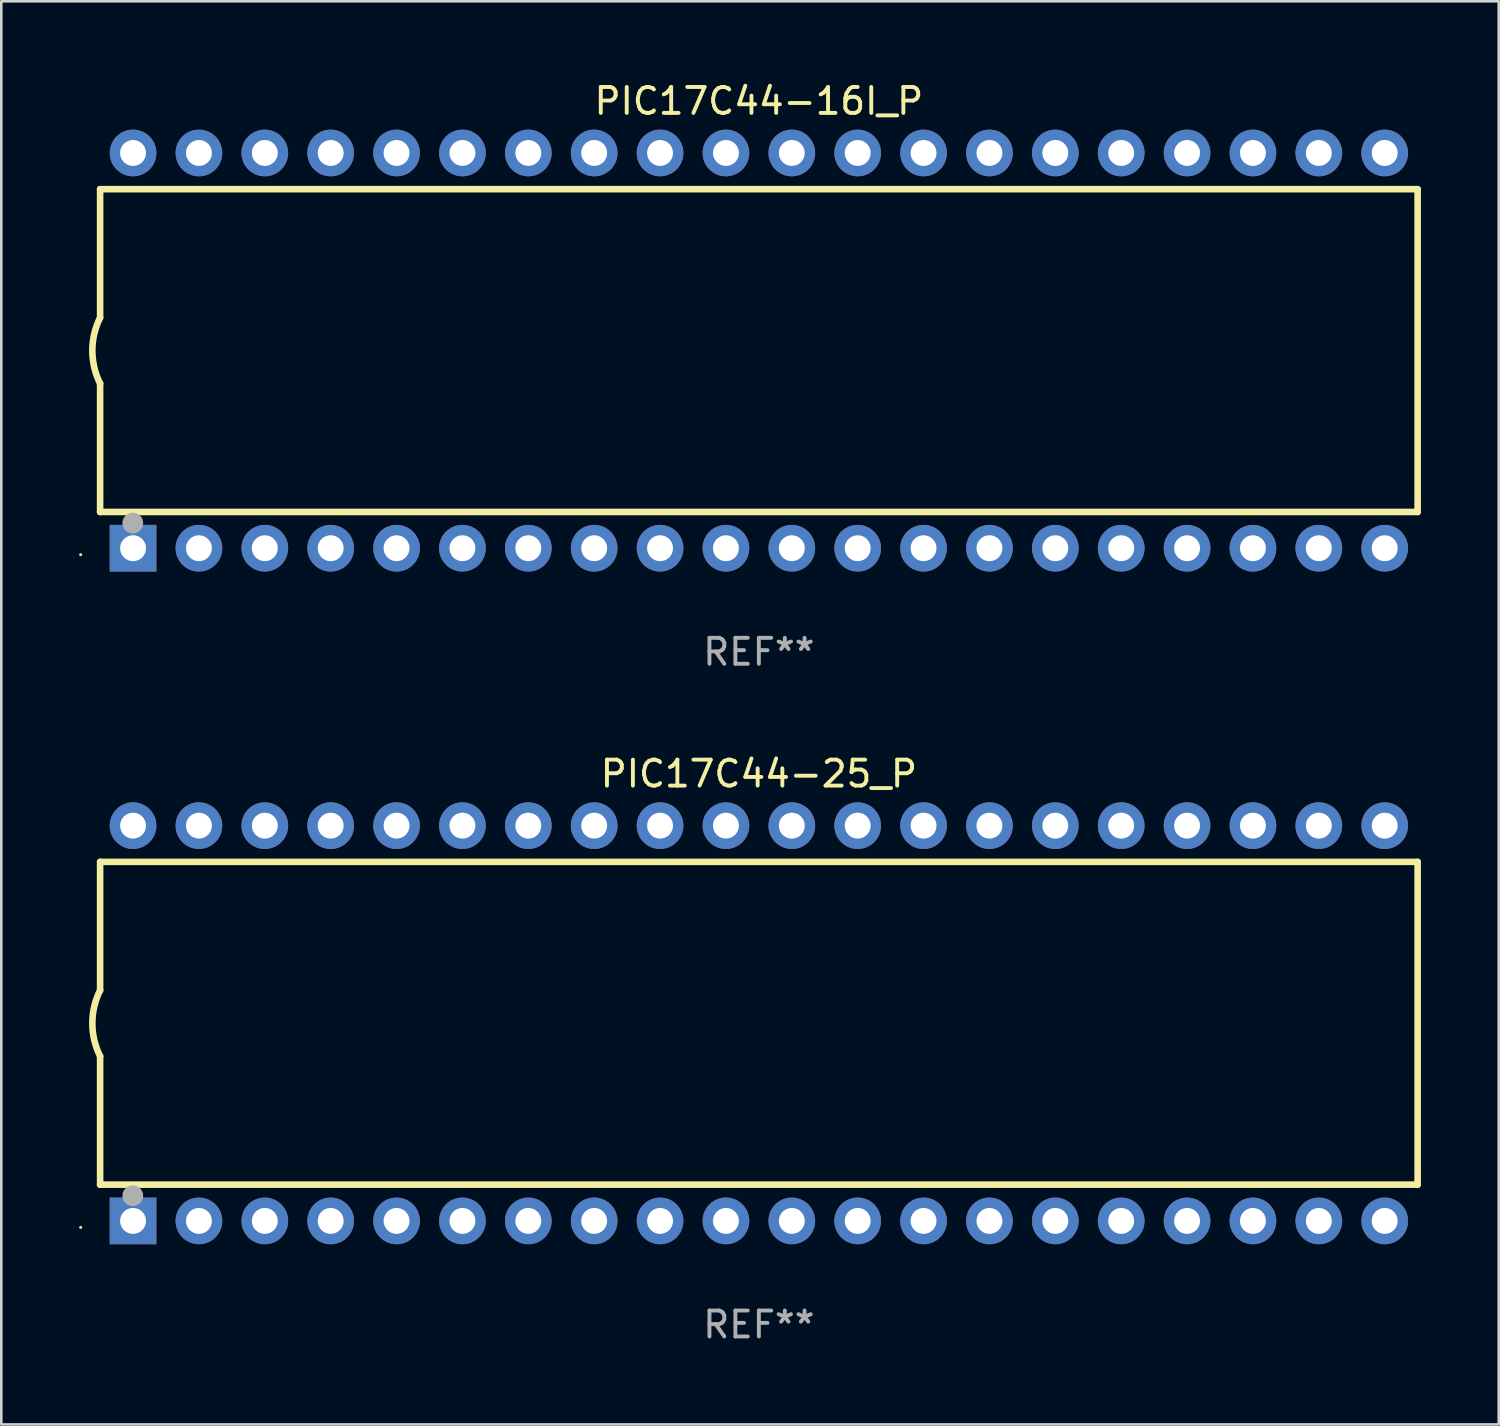
<source format=kicad_pcb>
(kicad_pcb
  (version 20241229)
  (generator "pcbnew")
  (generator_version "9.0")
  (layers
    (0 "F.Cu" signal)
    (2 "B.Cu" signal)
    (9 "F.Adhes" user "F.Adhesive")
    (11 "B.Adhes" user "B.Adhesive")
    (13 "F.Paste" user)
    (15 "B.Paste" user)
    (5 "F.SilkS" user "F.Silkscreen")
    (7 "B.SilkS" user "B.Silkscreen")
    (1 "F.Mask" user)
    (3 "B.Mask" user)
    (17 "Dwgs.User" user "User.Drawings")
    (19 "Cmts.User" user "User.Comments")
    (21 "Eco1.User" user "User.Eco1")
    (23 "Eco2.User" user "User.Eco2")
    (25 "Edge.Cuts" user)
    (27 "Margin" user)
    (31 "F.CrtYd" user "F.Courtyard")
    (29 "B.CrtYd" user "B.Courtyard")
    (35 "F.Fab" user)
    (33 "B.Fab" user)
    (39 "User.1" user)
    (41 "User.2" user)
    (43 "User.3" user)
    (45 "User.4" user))
  (footprint "PIC17C44-16I_P"
    (layer "F.Cu")
    (at 26.21 10.468)
    (property "Reference" "PIC17C44-16I_P" (at 0 -9.62 0) (layer "F.SilkS") (effects (font (size 1 1) (thickness 0.15))))
    (attr through_hole)
    (fp_line (start -25.4 -6.224) (end -25.4 -1.271) (stroke (width 0.254) (type solid)) (layer "F.SilkS"))
    (fp_line (start -25.4 -6.224) (end 25.4 -6.224) (stroke (width 0.254) (type solid)) (layer "F.SilkS"))
    (fp_line (start -25.4 1.269) (end -25.4 6.222) (stroke (width 0.254) (type solid)) (layer "F.SilkS"))
    (fp_line (start -25.4 6.222) (end 25.4 6.222) (stroke (width 0.254) (type solid)) (layer "F.SilkS"))
    (fp_line (start 25.4 6.222) (end 25.4 -6.224) (stroke (width 0.254) (type solid)) (layer "F.SilkS"))
    (fp_arc (start -25.4 1.269241) (mid -25.699807 -0.000762) (end -25.4 -1.270765) (stroke (width 0.254001) (type solid)) (layer "F.SilkS"))
    (fp_circle (center -26.15 7.87) (end -26.12 7.87) (stroke (width 0.06) (type solid)) (fill no) (layer "F.SilkS"))
    (fp_circle (center -24.14 6.65) (end -23.94 6.65) (stroke (width 0.4) (type solid)) (fill no) (layer "F.Fab"))
    (fp_text user "REF**" (at 0 11.62 0) (layer "F.Fab") (effects (font (size 1 1) (thickness 0.15))))
    (pad "1" thru_hole rect (at -24.13 7.62 90) (size 1.8 1.8) (drill 1) (layers "*.Cu" "*.Mask"))
    (pad "2" thru_hole circle (at -21.59 7.62) (size 1.8 1.8) (drill 1) (layers "*.Cu" "*.Mask"))
    (pad "3" thru_hole circle (at -19.05 7.62) (size 1.8 1.8) (drill 1) (layers "*.Cu" "*.Mask"))
    (pad "4" thru_hole circle (at -16.51 7.62) (size 1.8 1.8) (drill 1) (layers "*.Cu" "*.Mask"))
    (pad "5" thru_hole circle (at -13.97 7.62) (size 1.8 1.8) (drill 1) (layers "*.Cu" "*.Mask"))
    (pad "6" thru_hole circle (at -11.43 7.62) (size 1.8 1.8) (drill 1) (layers "*.Cu" "*.Mask"))
    (pad "7" thru_hole circle (at -8.89 7.62) (size 1.8 1.8) (drill 1) (layers "*.Cu" "*.Mask"))
    (pad "8" thru_hole circle (at -6.35 7.62) (size 1.8 1.8) (drill 1) (layers "*.Cu" "*.Mask"))
    (pad "9" thru_hole circle (at -3.81 7.62) (size 1.8 1.8) (drill 1) (layers "*.Cu" "*.Mask"))
    (pad "10" thru_hole circle (at -1.27 7.62) (size 1.8 1.8) (drill 1) (layers "*.Cu" "*.Mask"))
    (pad "11" thru_hole circle (at 1.27 7.62) (size 1.8 1.8) (drill 1) (layers "*.Cu" "*.Mask"))
    (pad "12" thru_hole circle (at 3.81 7.62) (size 1.8 1.8) (drill 1) (layers "*.Cu" "*.Mask"))
    (pad "13" thru_hole circle (at 6.35 7.62) (size 1.8 1.8) (drill 1) (layers "*.Cu" "*.Mask"))
    (pad "14" thru_hole circle (at 8.89 7.62) (size 1.8 1.8) (drill 1) (layers "*.Cu" "*.Mask"))
    (pad "15" thru_hole circle (at 11.43 7.62) (size 1.8 1.8) (drill 1) (layers "*.Cu" "*.Mask"))
    (pad "16" thru_hole circle (at 13.97 7.62) (size 1.8 1.8) (drill 1) (layers "*.Cu" "*.Mask"))
    (pad "17" thru_hole circle (at 16.51 7.62) (size 1.8 1.8) (drill 1) (layers "*.Cu" "*.Mask"))
    (pad "18" thru_hole circle (at 19.05 7.62) (size 1.8 1.8) (drill 1) (layers "*.Cu" "*.Mask"))
    (pad "19" thru_hole circle (at 21.59 7.62) (size 1.8 1.8) (drill 1) (layers "*.Cu" "*.Mask"))
    (pad "20" thru_hole circle (at 24.13 7.62) (size 1.8 1.8) (drill 1) (layers "*.Cu" "*.Mask"))
    (pad "21" thru_hole circle (at 24.13 -7.62) (size 1.8 1.8) (drill 1) (layers "*.Cu" "*.Mask"))
    (pad "22" thru_hole circle (at 21.59 -7.62) (size 1.8 1.8) (drill 1) (layers "*.Cu" "*.Mask"))
    (pad "23" thru_hole circle (at 19.05 -7.62) (size 1.8 1.8) (drill 1) (layers "*.Cu" "*.Mask"))
    (pad "24" thru_hole circle (at 16.51 -7.62) (size 1.8 1.8) (drill 1) (layers "*.Cu" "*.Mask"))
    (pad "25" thru_hole circle (at 13.97 -7.62) (size 1.8 1.8) (drill 1) (layers "*.Cu" "*.Mask"))
    (pad "26" thru_hole circle (at 11.43 -7.62) (size 1.8 1.8) (drill 1) (layers "*.Cu" "*.Mask"))
    (pad "27" thru_hole circle (at 8.89 -7.62) (size 1.8 1.8) (drill 1) (layers "*.Cu" "*.Mask"))
    (pad "28" thru_hole circle (at 6.35 -7.62) (size 1.8 1.8) (drill 1) (layers "*.Cu" "*.Mask"))
    (pad "29" thru_hole circle (at 3.81 -7.62) (size 1.8 1.8) (drill 1) (layers "*.Cu" "*.Mask"))
    (pad "30" thru_hole circle (at 1.27 -7.62) (size 1.8 1.8) (drill 1) (layers "*.Cu" "*.Mask"))
    (pad "31" thru_hole circle (at -1.27 -7.62) (size 1.8 1.8) (drill 1) (layers "*.Cu" "*.Mask"))
    (pad "32" thru_hole circle (at -3.81 -7.62) (size 1.8 1.8) (drill 1) (layers "*.Cu" "*.Mask"))
    (pad "33" thru_hole circle (at -6.35 -7.62) (size 1.8 1.8) (drill 1) (layers "*.Cu" "*.Mask"))
    (pad "34" thru_hole circle (at -8.89 -7.62) (size 1.8 1.8) (drill 1) (layers "*.Cu" "*.Mask"))
    (pad "35" thru_hole circle (at -11.43 -7.62) (size 1.8 1.8) (drill 1) (layers "*.Cu" "*.Mask"))
    (pad "36" thru_hole circle (at -13.97 -7.62) (size 1.8 1.8) (drill 1) (layers "*.Cu" "*.Mask"))
    (pad "37" thru_hole circle (at -16.51 -7.62) (size 1.8 1.8) (drill 1) (layers "*.Cu" "*.Mask"))
    (pad "38" thru_hole circle (at -19.05 -7.62) (size 1.8 1.8) (drill 1) (layers "*.Cu" "*.Mask"))
    (pad "39" thru_hole circle (at -21.59 -7.62) (size 1.8 1.8) (drill 1) (layers "*.Cu" "*.Mask"))
    (pad "40" thru_hole circle (at -24.13 -7.62) (size 1.8 1.8) (drill 1) (layers "*.Cu" "*.Mask")))
  (footprint "PIC17C44-25_P"
    (layer "F.Cu")
    (at 26.21 36.405)
    (property "Reference" "PIC17C44-25_P" (at 0 -9.62 0) (layer "F.SilkS") (effects (font (size 1 1) (thickness 0.15))))
    (attr through_hole)
    (fp_line (start -25.4 -6.224) (end -25.4 -1.271) (stroke (width 0.254) (type solid)) (layer "F.SilkS"))
    (fp_line (start -25.4 -6.224) (end 25.4 -6.224) (stroke (width 0.254) (type solid)) (layer "F.SilkS"))
    (fp_line (start -25.4 1.269) (end -25.4 6.222) (stroke (width 0.254) (type solid)) (layer "F.SilkS"))
    (fp_line (start -25.4 6.222) (end 25.4 6.222) (stroke (width 0.254) (type solid)) (layer "F.SilkS"))
    (fp_line (start 25.4 6.222) (end 25.4 -6.224) (stroke (width 0.254) (type solid)) (layer "F.SilkS"))
    (fp_arc (start -25.4 1.269241) (mid -25.699807 -0.000762) (end -25.4 -1.270765) (stroke (width 0.254001) (type solid)) (layer "F.SilkS"))
    (fp_circle (center -26.15 7.87) (end -26.12 7.87) (stroke (width 0.06) (type solid)) (fill no) (layer "F.SilkS"))
    (fp_circle (center -24.14 6.65) (end -23.94 6.65) (stroke (width 0.4) (type solid)) (fill no) (layer "F.Fab"))
    (fp_text user "REF**" (at 0 11.62 0) (layer "F.Fab") (effects (font (size 1 1) (thickness 0.15))))
    (pad "1" thru_hole rect (at -24.13 7.62 90) (size 1.8 1.8) (drill 1) (layers "*.Cu" "*.Mask"))
    (pad "2" thru_hole circle (at -21.59 7.62) (size 1.8 1.8) (drill 1) (layers "*.Cu" "*.Mask"))
    (pad "3" thru_hole circle (at -19.05 7.62) (size 1.8 1.8) (drill 1) (layers "*.Cu" "*.Mask"))
    (pad "4" thru_hole circle (at -16.51 7.62) (size 1.8 1.8) (drill 1) (layers "*.Cu" "*.Mask"))
    (pad "5" thru_hole circle (at -13.97 7.62) (size 1.8 1.8) (drill 1) (layers "*.Cu" "*.Mask"))
    (pad "6" thru_hole circle (at -11.43 7.62) (size 1.8 1.8) (drill 1) (layers "*.Cu" "*.Mask"))
    (pad "7" thru_hole circle (at -8.89 7.62) (size 1.8 1.8) (drill 1) (layers "*.Cu" "*.Mask"))
    (pad "8" thru_hole circle (at -6.35 7.62) (size 1.8 1.8) (drill 1) (layers "*.Cu" "*.Mask"))
    (pad "9" thru_hole circle (at -3.81 7.62) (size 1.8 1.8) (drill 1) (layers "*.Cu" "*.Mask"))
    (pad "10" thru_hole circle (at -1.27 7.62) (size 1.8 1.8) (drill 1) (layers "*.Cu" "*.Mask"))
    (pad "11" thru_hole circle (at 1.27 7.62) (size 1.8 1.8) (drill 1) (layers "*.Cu" "*.Mask"))
    (pad "12" thru_hole circle (at 3.81 7.62) (size 1.8 1.8) (drill 1) (layers "*.Cu" "*.Mask"))
    (pad "13" thru_hole circle (at 6.35 7.62) (size 1.8 1.8) (drill 1) (layers "*.Cu" "*.Mask"))
    (pad "14" thru_hole circle (at 8.89 7.62) (size 1.8 1.8) (drill 1) (layers "*.Cu" "*.Mask"))
    (pad "15" thru_hole circle (at 11.43 7.62) (size 1.8 1.8) (drill 1) (layers "*.Cu" "*.Mask"))
    (pad "16" thru_hole circle (at 13.97 7.62) (size 1.8 1.8) (drill 1) (layers "*.Cu" "*.Mask"))
    (pad "17" thru_hole circle (at 16.51 7.62) (size 1.8 1.8) (drill 1) (layers "*.Cu" "*.Mask"))
    (pad "18" thru_hole circle (at 19.05 7.62) (size 1.8 1.8) (drill 1) (layers "*.Cu" "*.Mask"))
    (pad "19" thru_hole circle (at 21.59 7.62) (size 1.8 1.8) (drill 1) (layers "*.Cu" "*.Mask"))
    (pad "20" thru_hole circle (at 24.13 7.62) (size 1.8 1.8) (drill 1) (layers "*.Cu" "*.Mask"))
    (pad "21" thru_hole circle (at 24.13 -7.62) (size 1.8 1.8) (drill 1) (layers "*.Cu" "*.Mask"))
    (pad "22" thru_hole circle (at 21.59 -7.62) (size 1.8 1.8) (drill 1) (layers "*.Cu" "*.Mask"))
    (pad "23" thru_hole circle (at 19.05 -7.62) (size 1.8 1.8) (drill 1) (layers "*.Cu" "*.Mask"))
    (pad "24" thru_hole circle (at 16.51 -7.62) (size 1.8 1.8) (drill 1) (layers "*.Cu" "*.Mask"))
    (pad "25" thru_hole circle (at 13.97 -7.62) (size 1.8 1.8) (drill 1) (layers "*.Cu" "*.Mask"))
    (pad "26" thru_hole circle (at 11.43 -7.62) (size 1.8 1.8) (drill 1) (layers "*.Cu" "*.Mask"))
    (pad "27" thru_hole circle (at 8.89 -7.62) (size 1.8 1.8) (drill 1) (layers "*.Cu" "*.Mask"))
    (pad "28" thru_hole circle (at 6.35 -7.62) (size 1.8 1.8) (drill 1) (layers "*.Cu" "*.Mask"))
    (pad "29" thru_hole circle (at 3.81 -7.62) (size 1.8 1.8) (drill 1) (layers "*.Cu" "*.Mask"))
    (pad "30" thru_hole circle (at 1.27 -7.62) (size 1.8 1.8) (drill 1) (layers "*.Cu" "*.Mask"))
    (pad "31" thru_hole circle (at -1.27 -7.62) (size 1.8 1.8) (drill 1) (layers "*.Cu" "*.Mask"))
    (pad "32" thru_hole circle (at -3.81 -7.62) (size 1.8 1.8) (drill 1) (layers "*.Cu" "*.Mask"))
    (pad "33" thru_hole circle (at -6.35 -7.62) (size 1.8 1.8) (drill 1) (layers "*.Cu" "*.Mask"))
    (pad "34" thru_hole circle (at -8.89 -7.62) (size 1.8 1.8) (drill 1) (layers "*.Cu" "*.Mask"))
    (pad "35" thru_hole circle (at -11.43 -7.62) (size 1.8 1.8) (drill 1) (layers "*.Cu" "*.Mask"))
    (pad "36" thru_hole circle (at -13.97 -7.62) (size 1.8 1.8) (drill 1) (layers "*.Cu" "*.Mask"))
    (pad "37" thru_hole circle (at -16.51 -7.62) (size 1.8 1.8) (drill 1) (layers "*.Cu" "*.Mask"))
    (pad "38" thru_hole circle (at -19.05 -7.62) (size 1.8 1.8) (drill 1) (layers "*.Cu" "*.Mask"))
    (pad "39" thru_hole circle (at -21.59 -7.62) (size 1.8 1.8) (drill 1) (layers "*.Cu" "*.Mask"))
    (pad "40" thru_hole circle (at -24.13 -7.62) (size 1.8 1.8) (drill 1) (layers "*.Cu" "*.Mask")))
  (gr_rect
    (start -3 -3)
    (end 54.737 51.873)
    (stroke (width 0.1) (type default))
    (fill no)
    (layer "Edge.Cuts")))
</source>
